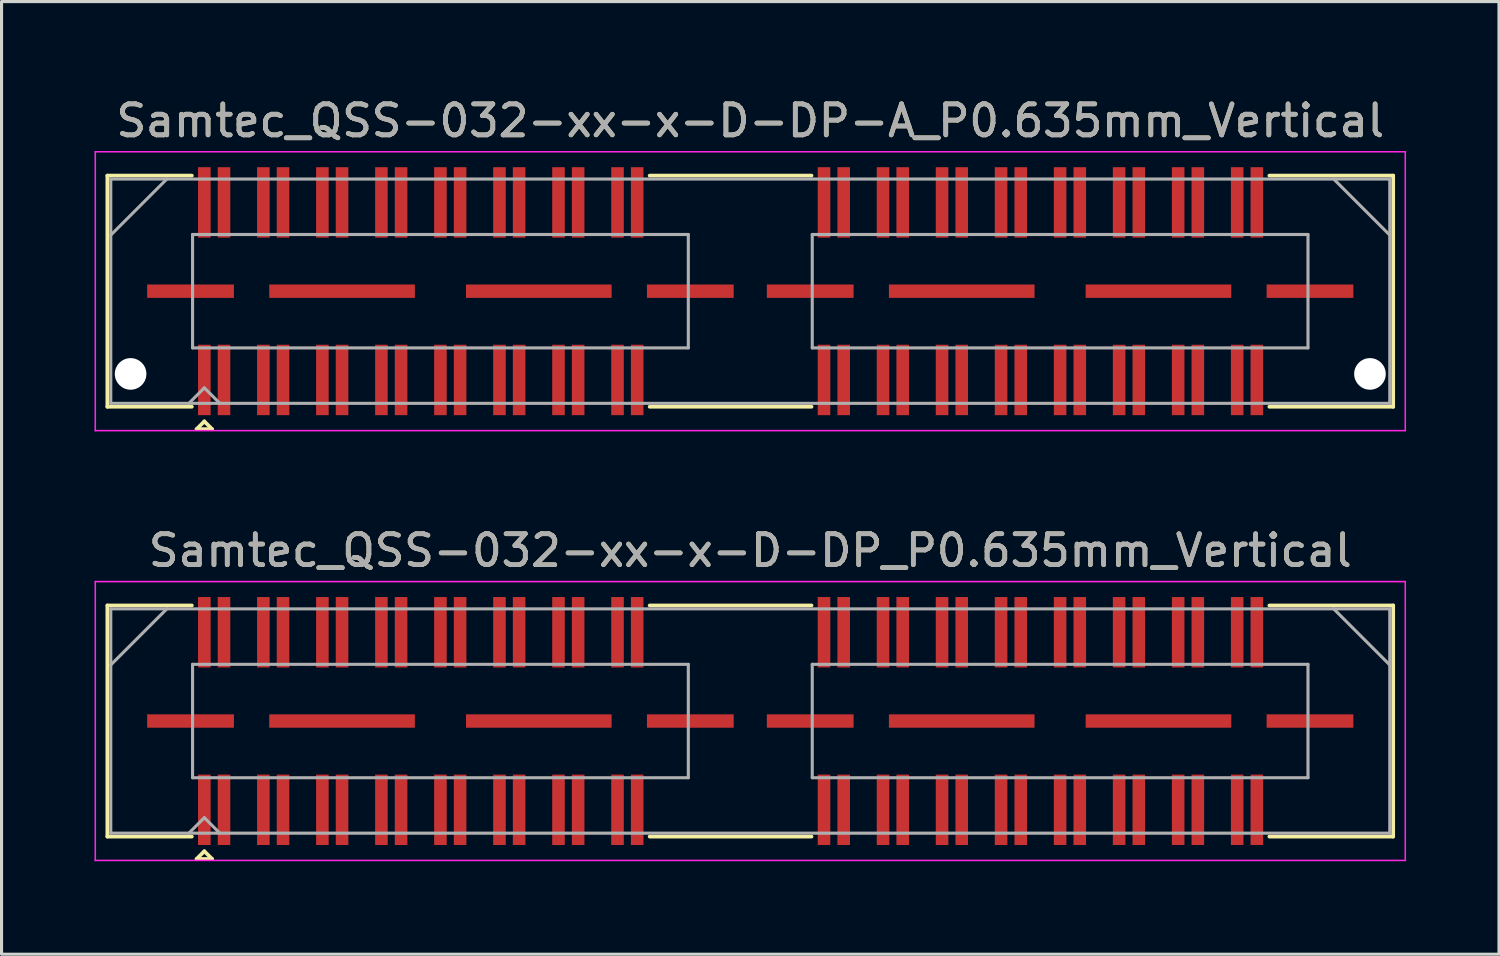
<source format=kicad_pcb>
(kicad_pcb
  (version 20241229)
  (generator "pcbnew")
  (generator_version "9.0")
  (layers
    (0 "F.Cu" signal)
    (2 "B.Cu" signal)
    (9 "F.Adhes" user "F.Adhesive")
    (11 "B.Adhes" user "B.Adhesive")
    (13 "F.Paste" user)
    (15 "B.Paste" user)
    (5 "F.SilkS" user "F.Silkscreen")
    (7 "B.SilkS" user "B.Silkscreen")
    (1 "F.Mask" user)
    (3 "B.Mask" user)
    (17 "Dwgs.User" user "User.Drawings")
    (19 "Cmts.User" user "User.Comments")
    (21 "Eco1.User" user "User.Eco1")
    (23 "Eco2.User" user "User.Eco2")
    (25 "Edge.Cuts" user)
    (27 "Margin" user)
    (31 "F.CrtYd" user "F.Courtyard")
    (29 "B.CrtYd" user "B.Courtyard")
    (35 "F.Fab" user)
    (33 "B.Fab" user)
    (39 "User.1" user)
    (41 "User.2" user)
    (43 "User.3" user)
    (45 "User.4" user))
  (footprint "Samtec_QSS-032-xx-x-D-DP_P0.635mm_Vertical"
    (layer "F.Cu")
    (at 21.165 20.221)
    (property "Reference" "Samtec_QSS-032-xx-x-D-DP_P0.635mm_Vertical" (at 0 -5.5 0) (layer "F.SilkS") (effects (font (size 1 1) (thickness 0.15))))
    (attr smd)
    (fp_line (start -20.75 -3.73) (end -18.023 -3.73) (stroke (width 0.12) (type solid)) (layer "F.SilkS"))
    (fp_line (start -20.75 3.73) (end -20.75 -3.73) (stroke (width 0.12) (type solid)) (layer "F.SilkS"))
    (fp_line (start -18.023 3.73) (end -20.75 3.73) (stroke (width 0.12) (type solid)) (layer "F.SilkS"))
    (fp_line (start -17.87 4.452) (end -17.62 4.202) (stroke (width 0.12) (type solid)) (layer "F.SilkS"))
    (fp_line (start -17.62 4.202) (end -17.37 4.452) (stroke (width 0.12) (type solid)) (layer "F.SilkS"))
    (fp_line (start -17.37 4.452) (end -17.87 4.452) (stroke (width 0.12) (type solid)) (layer "F.SilkS"))
    (fp_line (start -3.247 -3.73) (end 1.977 -3.73) (stroke (width 0.12) (type solid)) (layer "F.SilkS"))
    (fp_line (start -3.247 3.73) (end 1.977 3.73) (stroke (width 0.12) (type solid)) (layer "F.SilkS"))
    (fp_line (start 16.753 3.73) (end 20.75 3.73) (stroke (width 0.12) (type solid)) (layer "F.SilkS"))
    (fp_line (start 20.75 -3.73) (end 16.753 -3.73) (stroke (width 0.12) (type solid)) (layer "F.SilkS"))
    (fp_line (start 20.75 3.73) (end 20.75 -3.73) (stroke (width 0.12) (type solid)) (layer "F.SilkS"))
    (fp_line (start -21.14 -4.5) (end -21.14 4.5) (stroke (width 0.05) (type solid)) (layer "F.CrtYd"))
    (fp_line (start -21.14 4.5) (end 21.14 4.5) (stroke (width 0.05) (type solid)) (layer "F.CrtYd"))
    (fp_line (start 21.14 -4.5) (end -21.14 -4.5) (stroke (width 0.05) (type solid)) (layer "F.CrtYd"))
    (fp_line (start 21.14 4.5) (end 21.14 -4.5) (stroke (width 0.05) (type solid)) (layer "F.CrtYd"))
    (fp_line (start -20.64 -3.62) (end -20.64 3.62) (stroke (width 0.1) (type solid)) (layer "F.Fab"))
    (fp_line (start -20.64 -1.81) (end -18.83 -3.62) (stroke (width 0.1) (type solid)) (layer "F.Fab"))
    (fp_line (start -20.64 3.62) (end 20.64 3.62) (stroke (width 0.1) (type solid)) (layer "F.Fab"))
    (fp_line (start -18.12 3.62) (end -17.62 3.12) (stroke (width 0.1) (type solid)) (layer "F.Fab"))
    (fp_line (start -18 -1.83) (end -18 1.83) (stroke (width 0.1) (type solid)) (layer "F.Fab"))
    (fp_line (start -18 1.83) (end -2 1.83) (stroke (width 0.1) (type solid)) (layer "F.Fab"))
    (fp_line (start -17.62 3.12) (end -17.12 3.62) (stroke (width 0.1) (type solid)) (layer "F.Fab"))
    (fp_line (start -2 -1.83) (end -18 -1.83) (stroke (width 0.1) (type solid)) (layer "F.Fab"))
    (fp_line (start -2 1.83) (end -2 -1.83) (stroke (width 0.1) (type solid)) (layer "F.Fab"))
    (fp_line (start 2 -1.83) (end 2 1.83) (stroke (width 0.1) (type solid)) (layer "F.Fab"))
    (fp_line (start 2 1.83) (end 18 1.83) (stroke (width 0.1) (type solid)) (layer "F.Fab"))
    (fp_line (start 18 -1.83) (end 2 -1.83) (stroke (width 0.1) (type solid)) (layer "F.Fab"))
    (fp_line (start 18 1.83) (end 18 -1.83) (stroke (width 0.1) (type solid)) (layer "F.Fab"))
    (fp_line (start 20.64 -3.62) (end -20.64 -3.62) (stroke (width 0.1) (type solid)) (layer "F.Fab"))
    (fp_line (start 20.64 -1.81) (end 18.83 -3.62) (stroke (width 0.1) (type solid)) (layer "F.Fab"))
    (fp_line (start 20.64 3.62) (end 20.64 -3.62) (stroke (width 0.1) (type solid)) (layer "F.Fab"))
    (fp_text user "${REFERENCE}" (at 0 -5.5 0) (layer "F.Fab") (effects (font (size 1 1) (thickness 0.15))))
    (pad "1" smd rect (at -17.62 2.865) (size 0.406 2.273) (layers "F.Cu" "F.Mask" "F.Paste"))
    (pad "2" smd rect (at -17.62 -2.865) (size 0.406 2.273) (layers "F.Cu" "F.Mask" "F.Paste"))
    (pad "3" smd rect (at -16.985 2.865) (size 0.406 2.273) (layers "F.Cu" "F.Mask" "F.Paste"))
    (pad "4" smd rect (at -16.985 -2.865) (size 0.406 2.273) (layers "F.Cu" "F.Mask" "F.Paste"))
    (pad "5" smd rect (at -15.715 2.865) (size 0.406 2.273) (layers "F.Cu" "F.Mask" "F.Paste"))
    (pad "6" smd rect (at -15.715 -2.865) (size 0.406 2.273) (layers "F.Cu" "F.Mask" "F.Paste"))
    (pad "7" smd rect (at -15.08 2.865) (size 0.406 2.273) (layers "F.Cu" "F.Mask" "F.Paste"))
    (pad "8" smd rect (at -15.08 -2.865) (size 0.406 2.273) (layers "F.Cu" "F.Mask" "F.Paste"))
    (pad "9" smd rect (at -13.81 2.865) (size 0.406 2.273) (layers "F.Cu" "F.Mask" "F.Paste"))
    (pad "10" smd rect (at -13.81 -2.865) (size 0.406 2.273) (layers "F.Cu" "F.Mask" "F.Paste"))
    (pad "11" smd rect (at -13.175 2.865) (size 0.406 2.273) (layers "F.Cu" "F.Mask" "F.Paste"))
    (pad "12" smd rect (at -13.175 -2.865) (size 0.406 2.273) (layers "F.Cu" "F.Mask" "F.Paste"))
    (pad "13" smd rect (at -11.905 2.865) (size 0.406 2.273) (layers "F.Cu" "F.Mask" "F.Paste"))
    (pad "14" smd rect (at -11.905 -2.865) (size 0.406 2.273) (layers "F.Cu" "F.Mask" "F.Paste"))
    (pad "15" smd rect (at -11.27 2.865) (size 0.406 2.273) (layers "F.Cu" "F.Mask" "F.Paste"))
    (pad "16" smd rect (at -11.27 -2.865) (size 0.406 2.273) (layers "F.Cu" "F.Mask" "F.Paste"))
    (pad "17" smd rect (at -10 2.865) (size 0.406 2.273) (layers "F.Cu" "F.Mask" "F.Paste"))
    (pad "18" smd rect (at -10 -2.865) (size 0.406 2.273) (layers "F.Cu" "F.Mask" "F.Paste"))
    (pad "19" smd rect (at -9.365 2.865) (size 0.406 2.273) (layers "F.Cu" "F.Mask" "F.Paste"))
    (pad "20" smd rect (at -9.365 -2.865) (size 0.406 2.273) (layers "F.Cu" "F.Mask" "F.Paste"))
    (pad "21" smd rect (at -8.095 2.865) (size 0.406 2.273) (layers "F.Cu" "F.Mask" "F.Paste"))
    (pad "22" smd rect (at -8.095 -2.865) (size 0.406 2.273) (layers "F.Cu" "F.Mask" "F.Paste"))
    (pad "23" smd rect (at -7.46 2.865) (size 0.406 2.273) (layers "F.Cu" "F.Mask" "F.Paste"))
    (pad "24" smd rect (at -7.46 -2.865) (size 0.406 2.273) (layers "F.Cu" "F.Mask" "F.Paste"))
    (pad "25" smd rect (at -6.19 2.865) (size 0.406 2.273) (layers "F.Cu" "F.Mask" "F.Paste"))
    (pad "26" smd rect (at -6.19 -2.865) (size 0.406 2.273) (layers "F.Cu" "F.Mask" "F.Paste"))
    (pad "27" smd rect (at -5.555 2.865) (size 0.406 2.273) (layers "F.Cu" "F.Mask" "F.Paste"))
    (pad "28" smd rect (at -5.555 -2.865) (size 0.406 2.273) (layers "F.Cu" "F.Mask" "F.Paste"))
    (pad "29" smd rect (at -4.285 2.865) (size 0.406 2.273) (layers "F.Cu" "F.Mask" "F.Paste"))
    (pad "30" smd rect (at -4.285 -2.865) (size 0.406 2.273) (layers "F.Cu" "F.Mask" "F.Paste"))
    (pad "31" smd rect (at -3.65 2.865) (size 0.406 2.273) (layers "F.Cu" "F.Mask" "F.Paste"))
    (pad "32" smd rect (at -3.65 -2.865) (size 0.406 2.273) (layers "F.Cu" "F.Mask" "F.Paste"))
    (pad "33" smd rect (at 2.38 2.865) (size 0.406 2.273) (layers "F.Cu" "F.Mask" "F.Paste"))
    (pad "34" smd rect (at 2.38 -2.865) (size 0.406 2.273) (layers "F.Cu" "F.Mask" "F.Paste"))
    (pad "35" smd rect (at 3.015 2.865) (size 0.406 2.273) (layers "F.Cu" "F.Mask" "F.Paste"))
    (pad "36" smd rect (at 3.015 -2.865) (size 0.406 2.273) (layers "F.Cu" "F.Mask" "F.Paste"))
    (pad "37" smd rect (at 4.285 2.865) (size 0.406 2.273) (layers "F.Cu" "F.Mask" "F.Paste"))
    (pad "38" smd rect (at 4.285 -2.865) (size 0.406 2.273) (layers "F.Cu" "F.Mask" "F.Paste"))
    (pad "39" smd rect (at 4.92 2.865) (size 0.406 2.273) (layers "F.Cu" "F.Mask" "F.Paste"))
    (pad "40" smd rect (at 4.92 -2.865) (size 0.406 2.273) (layers "F.Cu" "F.Mask" "F.Paste"))
    (pad "41" smd rect (at 6.19 2.865) (size 0.406 2.273) (layers "F.Cu" "F.Mask" "F.Paste"))
    (pad "42" smd rect (at 6.19 -2.865) (size 0.406 2.273) (layers "F.Cu" "F.Mask" "F.Paste"))
    (pad "43" smd rect (at 6.825 2.865) (size 0.406 2.273) (layers "F.Cu" "F.Mask" "F.Paste"))
    (pad "44" smd rect (at 6.825 -2.865) (size 0.406 2.273) (layers "F.Cu" "F.Mask" "F.Paste"))
    (pad "45" smd rect (at 8.095 2.865) (size 0.406 2.273) (layers "F.Cu" "F.Mask" "F.Paste"))
    (pad "46" smd rect (at 8.095 -2.865) (size 0.406 2.273) (layers "F.Cu" "F.Mask" "F.Paste"))
    (pad "47" smd rect (at 8.73 2.865) (size 0.406 2.273) (layers "F.Cu" "F.Mask" "F.Paste"))
    (pad "48" smd rect (at 8.73 -2.865) (size 0.406 2.273) (layers "F.Cu" "F.Mask" "F.Paste"))
    (pad "49" smd rect (at 10 2.865) (size 0.406 2.273) (layers "F.Cu" "F.Mask" "F.Paste"))
    (pad "50" smd rect (at 10 -2.865) (size 0.406 2.273) (layers "F.Cu" "F.Mask" "F.Paste"))
    (pad "51" smd rect (at 10.635 2.865) (size 0.406 2.273) (layers "F.Cu" "F.Mask" "F.Paste"))
    (pad "52" smd rect (at 10.635 -2.865) (size 0.406 2.273) (layers "F.Cu" "F.Mask" "F.Paste"))
    (pad "53" smd rect (at 11.905 2.865) (size 0.406 2.273) (layers "F.Cu" "F.Mask" "F.Paste"))
    (pad "54" smd rect (at 11.905 -2.865) (size 0.406 2.273) (layers "F.Cu" "F.Mask" "F.Paste"))
    (pad "55" smd rect (at 12.54 2.865) (size 0.406 2.273) (layers "F.Cu" "F.Mask" "F.Paste"))
    (pad "56" smd rect (at 12.54 -2.865) (size 0.406 2.273) (layers "F.Cu" "F.Mask" "F.Paste"))
    (pad "57" smd rect (at 13.81 2.865) (size 0.406 2.273) (layers "F.Cu" "F.Mask" "F.Paste"))
    (pad "58" smd rect (at 13.81 -2.865) (size 0.406 2.273) (layers "F.Cu" "F.Mask" "F.Paste"))
    (pad "59" smd rect (at 14.445 2.865) (size 0.406 2.273) (layers "F.Cu" "F.Mask" "F.Paste"))
    (pad "60" smd rect (at 14.445 -2.865) (size 0.406 2.273) (layers "F.Cu" "F.Mask" "F.Paste"))
    (pad "61" smd rect (at 15.715 2.865) (size 0.406 2.273) (layers "F.Cu" "F.Mask" "F.Paste"))
    (pad "62" smd rect (at 15.715 -2.865) (size 0.406 2.273) (layers "F.Cu" "F.Mask" "F.Paste"))
    (pad "63" smd rect (at 16.35 2.865) (size 0.406 2.273) (layers "F.Cu" "F.Mask" "F.Paste"))
    (pad "64" smd rect (at 16.35 -2.865) (size 0.406 2.273) (layers "F.Cu" "F.Mask" "F.Paste"))
    (pad "P1" smd rect (at -18.065 0) (size 2.8 0.432) (layers "F.Cu" "F.Mask" "F.Paste"))
    (pad "P1" smd rect (at -13.175 0) (size 4.7 0.432) (layers "F.Cu" "F.Mask" "F.Paste"))
    (pad "P1" smd rect (at -6.825 0) (size 4.7 0.432) (layers "F.Cu" "F.Mask" "F.Paste"))
    (pad "P1" smd rect (at -1.935 0) (size 2.8 0.432) (layers "F.Cu" "F.Mask" "F.Paste"))
    (pad "P2" smd rect (at 1.935 0) (size 2.8 0.432) (layers "F.Cu" "F.Mask" "F.Paste"))
    (pad "P2" smd rect (at 6.825 0) (size 4.7 0.432) (layers "F.Cu" "F.Mask" "F.Paste"))
    (pad "P2" smd rect (at 13.175 0) (size 4.7 0.432) (layers "F.Cu" "F.Mask" "F.Paste"))
    (pad "P2" smd rect (at 18.065 0) (size 2.8 0.432) (layers "F.Cu" "F.Mask" "F.Paste")))
  (footprint "Samtec_QSS-032-xx-x-D-DP-A_P0.635mm_Vertical"
    (layer "F.Cu")
    (at 21.165 6.348)
    (property "Reference" "Samtec_QSS-032-xx-x-D-DP-A_P0.635mm_Vertical" (at 0 -5.5 0) (layer "F.SilkS") (effects (font (size 1 1) (thickness 0.15))))
    (attr smd)
    (fp_line (start -20.75 -3.73) (end -18.023 -3.73) (stroke (width 0.12) (type solid)) (layer "F.SilkS"))
    (fp_line (start -20.75 3.73) (end -20.75 -3.73) (stroke (width 0.12) (type solid)) (layer "F.SilkS"))
    (fp_line (start -18.023 3.73) (end -20.75 3.73) (stroke (width 0.12) (type solid)) (layer "F.SilkS"))
    (fp_line (start -17.87 4.452) (end -17.62 4.202) (stroke (width 0.12) (type solid)) (layer "F.SilkS"))
    (fp_line (start -17.62 4.202) (end -17.37 4.452) (stroke (width 0.12) (type solid)) (layer "F.SilkS"))
    (fp_line (start -17.37 4.452) (end -17.87 4.452) (stroke (width 0.12) (type solid)) (layer "F.SilkS"))
    (fp_line (start -3.247 -3.73) (end 1.977 -3.73) (stroke (width 0.12) (type solid)) (layer "F.SilkS"))
    (fp_line (start -3.247 3.73) (end 1.977 3.73) (stroke (width 0.12) (type solid)) (layer "F.SilkS"))
    (fp_line (start 16.753 3.73) (end 20.75 3.73) (stroke (width 0.12) (type solid)) (layer "F.SilkS"))
    (fp_line (start 20.75 -3.73) (end 16.753 -3.73) (stroke (width 0.12) (type solid)) (layer "F.SilkS"))
    (fp_line (start 20.75 3.73) (end 20.75 -3.73) (stroke (width 0.12) (type solid)) (layer "F.SilkS"))
    (fp_line (start -21.14 -4.5) (end -21.14 4.5) (stroke (width 0.05) (type solid)) (layer "F.CrtYd"))
    (fp_line (start -21.14 4.5) (end 21.14 4.5) (stroke (width 0.05) (type solid)) (layer "F.CrtYd"))
    (fp_line (start 21.14 -4.5) (end -21.14 -4.5) (stroke (width 0.05) (type solid)) (layer "F.CrtYd"))
    (fp_line (start 21.14 4.5) (end 21.14 -4.5) (stroke (width 0.05) (type solid)) (layer "F.CrtYd"))
    (fp_line (start -20.64 -3.62) (end -20.64 3.62) (stroke (width 0.1) (type solid)) (layer "F.Fab"))
    (fp_line (start -20.64 -1.81) (end -18.83 -3.62) (stroke (width 0.1) (type solid)) (layer "F.Fab"))
    (fp_line (start -20.64 3.62) (end 20.64 3.62) (stroke (width 0.1) (type solid)) (layer "F.Fab"))
    (fp_line (start -18.12 3.62) (end -17.62 3.12) (stroke (width 0.1) (type solid)) (layer "F.Fab"))
    (fp_line (start -18 -1.83) (end -18 1.83) (stroke (width 0.1) (type solid)) (layer "F.Fab"))
    (fp_line (start -18 1.83) (end -2 1.83) (stroke (width 0.1) (type solid)) (layer "F.Fab"))
    (fp_line (start -17.62 3.12) (end -17.12 3.62) (stroke (width 0.1) (type solid)) (layer "F.Fab"))
    (fp_line (start -2 -1.83) (end -18 -1.83) (stroke (width 0.1) (type solid)) (layer "F.Fab"))
    (fp_line (start -2 1.83) (end -2 -1.83) (stroke (width 0.1) (type solid)) (layer "F.Fab"))
    (fp_line (start 2 -1.83) (end 2 1.83) (stroke (width 0.1) (type solid)) (layer "F.Fab"))
    (fp_line (start 2 1.83) (end 18 1.83) (stroke (width 0.1) (type solid)) (layer "F.Fab"))
    (fp_line (start 18 -1.83) (end 2 -1.83) (stroke (width 0.1) (type solid)) (layer "F.Fab"))
    (fp_line (start 18 1.83) (end 18 -1.83) (stroke (width 0.1) (type solid)) (layer "F.Fab"))
    (fp_line (start 20.64 -3.62) (end -20.64 -3.62) (stroke (width 0.1) (type solid)) (layer "F.Fab"))
    (fp_line (start 20.64 -1.81) (end 18.83 -3.62) (stroke (width 0.1) (type solid)) (layer "F.Fab"))
    (fp_line (start 20.64 3.62) (end 20.64 -3.62) (stroke (width 0.1) (type solid)) (layer "F.Fab"))
    (fp_text user "${REFERENCE}" (at 0 -5.5 0) (layer "F.Fab") (effects (font (size 1 1) (thickness 0.15))))
    (pad "" np_thru_hole circle (at -20 2.67) (size 1.02 1.02) (drill 1.02) (layers "*.Cu" "*.Mask"))
    (pad "" np_thru_hole circle (at 20 2.67) (size 1.02 1.02) (drill 1.02) (layers "*.Cu" "*.Mask"))
    (pad "1" smd rect (at -17.62 2.865) (size 0.406 2.273) (layers "F.Cu" "F.Mask" "F.Paste"))
    (pad "2" smd rect (at -17.62 -2.865) (size 0.406 2.273) (layers "F.Cu" "F.Mask" "F.Paste"))
    (pad "3" smd rect (at -16.985 2.865) (size 0.406 2.273) (layers "F.Cu" "F.Mask" "F.Paste"))
    (pad "4" smd rect (at -16.985 -2.865) (size 0.406 2.273) (layers "F.Cu" "F.Mask" "F.Paste"))
    (pad "5" smd rect (at -15.715 2.865) (size 0.406 2.273) (layers "F.Cu" "F.Mask" "F.Paste"))
    (pad "6" smd rect (at -15.715 -2.865) (size 0.406 2.273) (layers "F.Cu" "F.Mask" "F.Paste"))
    (pad "7" smd rect (at -15.08 2.865) (size 0.406 2.273) (layers "F.Cu" "F.Mask" "F.Paste"))
    (pad "8" smd rect (at -15.08 -2.865) (size 0.406 2.273) (layers "F.Cu" "F.Mask" "F.Paste"))
    (pad "9" smd rect (at -13.81 2.865) (size 0.406 2.273) (layers "F.Cu" "F.Mask" "F.Paste"))
    (pad "10" smd rect (at -13.81 -2.865) (size 0.406 2.273) (layers "F.Cu" "F.Mask" "F.Paste"))
    (pad "11" smd rect (at -13.175 2.865) (size 0.406 2.273) (layers "F.Cu" "F.Mask" "F.Paste"))
    (pad "12" smd rect (at -13.175 -2.865) (size 0.406 2.273) (layers "F.Cu" "F.Mask" "F.Paste"))
    (pad "13" smd rect (at -11.905 2.865) (size 0.406 2.273) (layers "F.Cu" "F.Mask" "F.Paste"))
    (pad "14" smd rect (at -11.905 -2.865) (size 0.406 2.273) (layers "F.Cu" "F.Mask" "F.Paste"))
    (pad "15" smd rect (at -11.27 2.865) (size 0.406 2.273) (layers "F.Cu" "F.Mask" "F.Paste"))
    (pad "16" smd rect (at -11.27 -2.865) (size 0.406 2.273) (layers "F.Cu" "F.Mask" "F.Paste"))
    (pad "17" smd rect (at -10 2.865) (size 0.406 2.273) (layers "F.Cu" "F.Mask" "F.Paste"))
    (pad "18" smd rect (at -10 -2.865) (size 0.406 2.273) (layers "F.Cu" "F.Mask" "F.Paste"))
    (pad "19" smd rect (at -9.365 2.865) (size 0.406 2.273) (layers "F.Cu" "F.Mask" "F.Paste"))
    (pad "20" smd rect (at -9.365 -2.865) (size 0.406 2.273) (layers "F.Cu" "F.Mask" "F.Paste"))
    (pad "21" smd rect (at -8.095 2.865) (size 0.406 2.273) (layers "F.Cu" "F.Mask" "F.Paste"))
    (pad "22" smd rect (at -8.095 -2.865) (size 0.406 2.273) (layers "F.Cu" "F.Mask" "F.Paste"))
    (pad "23" smd rect (at -7.46 2.865) (size 0.406 2.273) (layers "F.Cu" "F.Mask" "F.Paste"))
    (pad "24" smd rect (at -7.46 -2.865) (size 0.406 2.273) (layers "F.Cu" "F.Mask" "F.Paste"))
    (pad "25" smd rect (at -6.19 2.865) (size 0.406 2.273) (layers "F.Cu" "F.Mask" "F.Paste"))
    (pad "26" smd rect (at -6.19 -2.865) (size 0.406 2.273) (layers "F.Cu" "F.Mask" "F.Paste"))
    (pad "27" smd rect (at -5.555 2.865) (size 0.406 2.273) (layers "F.Cu" "F.Mask" "F.Paste"))
    (pad "28" smd rect (at -5.555 -2.865) (size 0.406 2.273) (layers "F.Cu" "F.Mask" "F.Paste"))
    (pad "29" smd rect (at -4.285 2.865) (size 0.406 2.273) (layers "F.Cu" "F.Mask" "F.Paste"))
    (pad "30" smd rect (at -4.285 -2.865) (size 0.406 2.273) (layers "F.Cu" "F.Mask" "F.Paste"))
    (pad "31" smd rect (at -3.65 2.865) (size 0.406 2.273) (layers "F.Cu" "F.Mask" "F.Paste"))
    (pad "32" smd rect (at -3.65 -2.865) (size 0.406 2.273) (layers "F.Cu" "F.Mask" "F.Paste"))
    (pad "33" smd rect (at 2.38 2.865) (size 0.406 2.273) (layers "F.Cu" "F.Mask" "F.Paste"))
    (pad "34" smd rect (at 2.38 -2.865) (size 0.406 2.273) (layers "F.Cu" "F.Mask" "F.Paste"))
    (pad "35" smd rect (at 3.015 2.865) (size 0.406 2.273) (layers "F.Cu" "F.Mask" "F.Paste"))
    (pad "36" smd rect (at 3.015 -2.865) (size 0.406 2.273) (layers "F.Cu" "F.Mask" "F.Paste"))
    (pad "37" smd rect (at 4.285 2.865) (size 0.406 2.273) (layers "F.Cu" "F.Mask" "F.Paste"))
    (pad "38" smd rect (at 4.285 -2.865) (size 0.406 2.273) (layers "F.Cu" "F.Mask" "F.Paste"))
    (pad "39" smd rect (at 4.92 2.865) (size 0.406 2.273) (layers "F.Cu" "F.Mask" "F.Paste"))
    (pad "40" smd rect (at 4.92 -2.865) (size 0.406 2.273) (layers "F.Cu" "F.Mask" "F.Paste"))
    (pad "41" smd rect (at 6.19 2.865) (size 0.406 2.273) (layers "F.Cu" "F.Mask" "F.Paste"))
    (pad "42" smd rect (at 6.19 -2.865) (size 0.406 2.273) (layers "F.Cu" "F.Mask" "F.Paste"))
    (pad "43" smd rect (at 6.825 2.865) (size 0.406 2.273) (layers "F.Cu" "F.Mask" "F.Paste"))
    (pad "44" smd rect (at 6.825 -2.865) (size 0.406 2.273) (layers "F.Cu" "F.Mask" "F.Paste"))
    (pad "45" smd rect (at 8.095 2.865) (size 0.406 2.273) (layers "F.Cu" "F.Mask" "F.Paste"))
    (pad "46" smd rect (at 8.095 -2.865) (size 0.406 2.273) (layers "F.Cu" "F.Mask" "F.Paste"))
    (pad "47" smd rect (at 8.73 2.865) (size 0.406 2.273) (layers "F.Cu" "F.Mask" "F.Paste"))
    (pad "48" smd rect (at 8.73 -2.865) (size 0.406 2.273) (layers "F.Cu" "F.Mask" "F.Paste"))
    (pad "49" smd rect (at 10 2.865) (size 0.406 2.273) (layers "F.Cu" "F.Mask" "F.Paste"))
    (pad "50" smd rect (at 10 -2.865) (size 0.406 2.273) (layers "F.Cu" "F.Mask" "F.Paste"))
    (pad "51" smd rect (at 10.635 2.865) (size 0.406 2.273) (layers "F.Cu" "F.Mask" "F.Paste"))
    (pad "52" smd rect (at 10.635 -2.865) (size 0.406 2.273) (layers "F.Cu" "F.Mask" "F.Paste"))
    (pad "53" smd rect (at 11.905 2.865) (size 0.406 2.273) (layers "F.Cu" "F.Mask" "F.Paste"))
    (pad "54" smd rect (at 11.905 -2.865) (size 0.406 2.273) (layers "F.Cu" "F.Mask" "F.Paste"))
    (pad "55" smd rect (at 12.54 2.865) (size 0.406 2.273) (layers "F.Cu" "F.Mask" "F.Paste"))
    (pad "56" smd rect (at 12.54 -2.865) (size 0.406 2.273) (layers "F.Cu" "F.Mask" "F.Paste"))
    (pad "57" smd rect (at 13.81 2.865) (size 0.406 2.273) (layers "F.Cu" "F.Mask" "F.Paste"))
    (pad "58" smd rect (at 13.81 -2.865) (size 0.406 2.273) (layers "F.Cu" "F.Mask" "F.Paste"))
    (pad "59" smd rect (at 14.445 2.865) (size 0.406 2.273) (layers "F.Cu" "F.Mask" "F.Paste"))
    (pad "60" smd rect (at 14.445 -2.865) (size 0.406 2.273) (layers "F.Cu" "F.Mask" "F.Paste"))
    (pad "61" smd rect (at 15.715 2.865) (size 0.406 2.273) (layers "F.Cu" "F.Mask" "F.Paste"))
    (pad "62" smd rect (at 15.715 -2.865) (size 0.406 2.273) (layers "F.Cu" "F.Mask" "F.Paste"))
    (pad "63" smd rect (at 16.35 2.865) (size 0.406 2.273) (layers "F.Cu" "F.Mask" "F.Paste"))
    (pad "64" smd rect (at 16.35 -2.865) (size 0.406 2.273) (layers "F.Cu" "F.Mask" "F.Paste"))
    (pad "P1" smd rect (at -18.065 0) (size 2.8 0.432) (layers "F.Cu" "F.Mask" "F.Paste"))
    (pad "P1" smd rect (at -13.175 0) (size 4.7 0.432) (layers "F.Cu" "F.Mask" "F.Paste"))
    (pad "P1" smd rect (at -6.825 0) (size 4.7 0.432) (layers "F.Cu" "F.Mask" "F.Paste"))
    (pad "P1" smd rect (at -1.935 0) (size 2.8 0.432) (layers "F.Cu" "F.Mask" "F.Paste"))
    (pad "P2" smd rect (at 1.935 0) (size 2.8 0.432) (layers "F.Cu" "F.Mask" "F.Paste"))
    (pad "P2" smd rect (at 6.825 0) (size 4.7 0.432) (layers "F.Cu" "F.Mask" "F.Paste"))
    (pad "P2" smd rect (at 13.175 0) (size 4.7 0.432) (layers "F.Cu" "F.Mask" "F.Paste"))
    (pad "P2" smd rect (at 18.065 0) (size 2.8 0.432) (layers "F.Cu" "F.Mask" "F.Paste")))
  (gr_rect
    (start -3 -3)
    (end 45.33 27.747)
    (stroke (width 0.1) (type default))
    (fill no)
    (layer "Edge.Cuts")))
</source>
